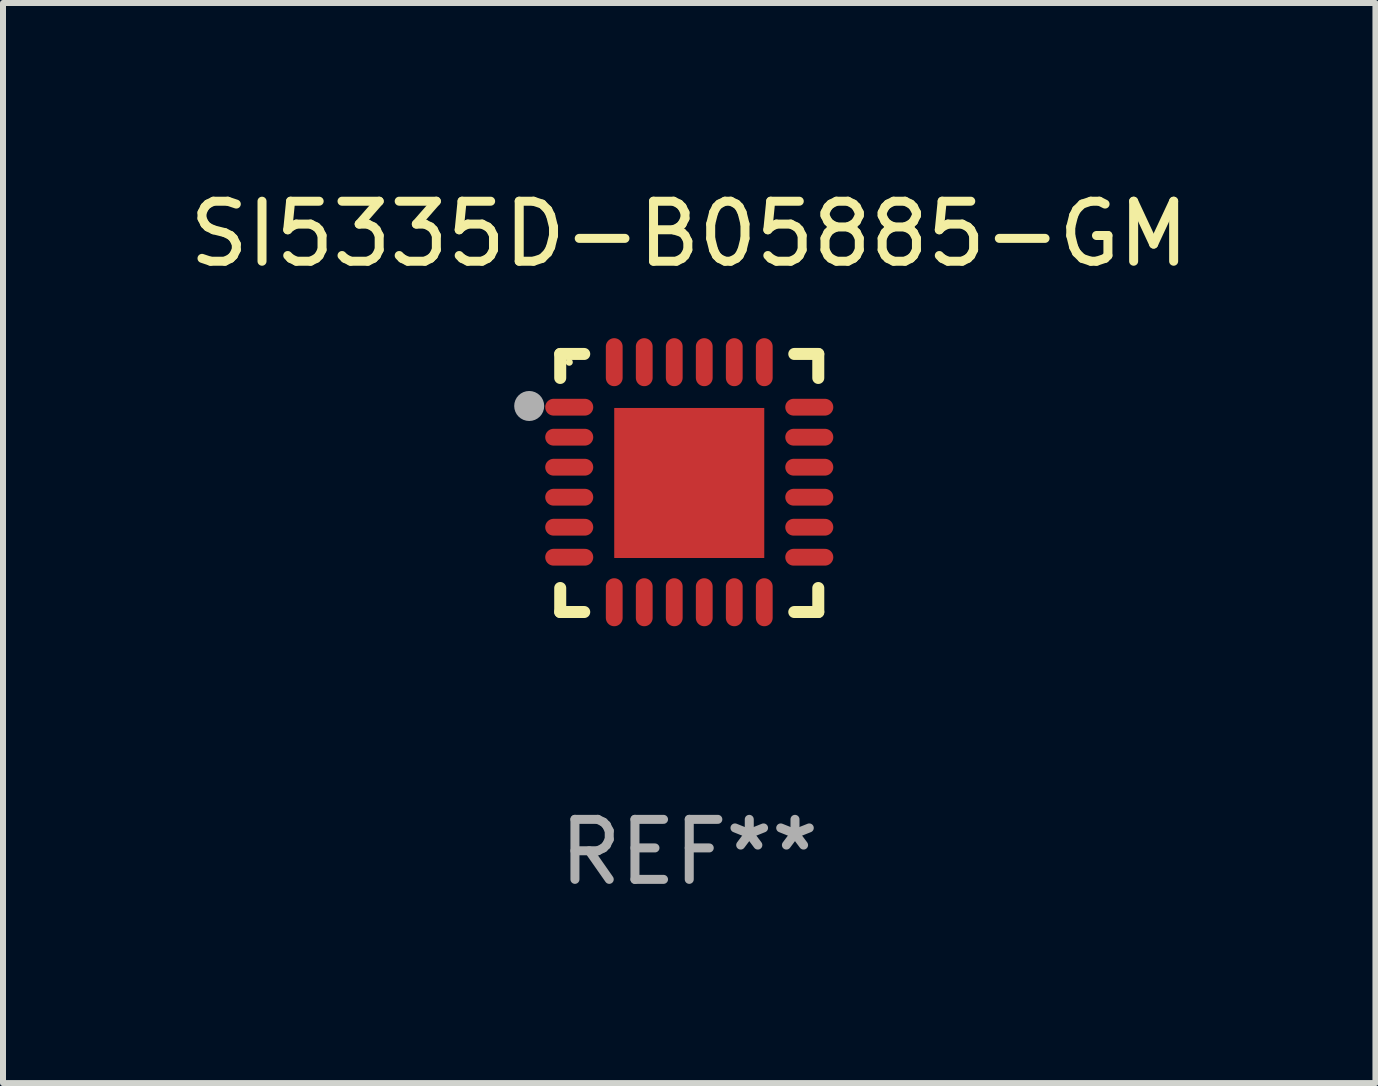
<source format=kicad_pcb>
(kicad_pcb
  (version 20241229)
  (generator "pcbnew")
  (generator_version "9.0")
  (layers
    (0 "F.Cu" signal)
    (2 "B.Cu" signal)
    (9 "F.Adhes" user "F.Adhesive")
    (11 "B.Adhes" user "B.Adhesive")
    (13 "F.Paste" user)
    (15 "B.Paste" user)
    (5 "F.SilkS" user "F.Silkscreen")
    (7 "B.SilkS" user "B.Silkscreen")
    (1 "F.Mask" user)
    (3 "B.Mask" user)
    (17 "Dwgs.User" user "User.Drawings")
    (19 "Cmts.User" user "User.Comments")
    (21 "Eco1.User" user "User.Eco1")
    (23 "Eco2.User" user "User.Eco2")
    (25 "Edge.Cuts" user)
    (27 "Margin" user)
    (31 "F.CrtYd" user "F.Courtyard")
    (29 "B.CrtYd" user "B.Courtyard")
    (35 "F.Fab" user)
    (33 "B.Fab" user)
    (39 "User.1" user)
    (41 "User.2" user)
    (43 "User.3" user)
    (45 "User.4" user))
  (footprint "SI5335D-B05885-GM"
    (layer "F.Cu")
    (at 8.435 4.998)
    (property "Reference" "SI5335D-B05885-GM" (at 0 -4.15 0) (layer "F.SilkS") (effects (font (size 1 1) (thickness 0.15))))
    (attr through_hole)
    (fp_line (start -2.15 -2.15) (end -1.75 -2.15) (stroke (width 0.2) (type solid)) (layer "F.SilkS"))
    (fp_line (start -2.15 -1.75) (end -2.15 -2.15) (stroke (width 0.2) (type solid)) (layer "F.SilkS"))
    (fp_line (start -2.15 2.15) (end -2.15 1.75) (stroke (width 0.2) (type solid)) (layer "F.SilkS"))
    (fp_line (start -1.75 2.15) (end -2.15 2.15) (stroke (width 0.2) (type solid)) (layer "F.SilkS"))
    (fp_line (start 1.75 -2.15) (end 2.15 -2.15) (stroke (width 0.2) (type solid)) (layer "F.SilkS"))
    (fp_line (start 1.75 2.15) (end 2.15 2.15) (stroke (width 0.2) (type solid)) (layer "F.SilkS"))
    (fp_line (start 2.15 -2.15) (end 2.15 -1.75) (stroke (width 0.2) (type solid)) (layer "F.SilkS"))
    (fp_line (start 2.15 2.15) (end 2.15 1.75) (stroke (width 0.2) (type solid)) (layer "F.SilkS"))
    (fp_circle (center -2 -2.013) (end -1.97 -2.013) (stroke (width 0.06) (type solid)) (fill no) (layer "F.SilkS"))
    (fp_circle (center -2.667 -1.283) (end -2.542 -1.283) (stroke (width 0.25) (type solid)) (fill no) (layer "F.Fab"))
    (fp_text user "REF**" (at 0 6.15 0) (layer "F.Fab") (effects (font (size 1 1) (thickness 0.15))))
    (pad "1" smd oval (at -2 -1.263) (size 0.8 0.28) (layers "F.Cu" "F.Mask" "F.Paste"))
    (pad "2" smd oval (at -2 -0.763) (size 0.8 0.28) (layers "F.Cu" "F.Mask" "F.Paste"))
    (pad "3" smd oval (at -2 -0.263) (size 0.8 0.28) (layers "F.Cu" "F.Mask" "F.Paste"))
    (pad "4" smd oval (at -2 0.237) (size 0.8 0.28) (layers "F.Cu" "F.Mask" "F.Paste"))
    (pad "5" smd oval (at -2 0.737) (size 0.8 0.28) (layers "F.Cu" "F.Mask" "F.Paste"))
    (pad "6" smd oval (at -2 1.237) (size 0.8 0.28) (layers "F.Cu" "F.Mask" "F.Paste"))
    (pad "7" smd oval (at -1.25 1.987) (size 0.28 0.8) (layers "F.Cu" "F.Mask" "F.Paste"))
    (pad "8" smd oval (at -0.75 1.987) (size 0.28 0.8) (layers "F.Cu" "F.Mask" "F.Paste"))
    (pad "9" smd oval (at -0.25 1.987) (size 0.28 0.8) (layers "F.Cu" "F.Mask" "F.Paste"))
    (pad "10" smd oval (at 0.25 1.987) (size 0.28 0.8) (layers "F.Cu" "F.Mask" "F.Paste"))
    (pad "11" smd oval (at 0.75 1.987) (size 0.28 0.8) (layers "F.Cu" "F.Mask" "F.Paste"))
    (pad "12" smd oval (at 1.25 1.987) (size 0.28 0.8) (layers "F.Cu" "F.Mask" "F.Paste"))
    (pad "13" smd oval (at 2 1.237) (size 0.8 0.28) (layers "F.Cu" "F.Mask" "F.Paste"))
    (pad "14" smd oval (at 2 0.737) (size 0.8 0.28) (layers "F.Cu" "F.Mask" "F.Paste"))
    (pad "15" smd oval (at 2 0.237) (size 0.8 0.28) (layers "F.Cu" "F.Mask" "F.Paste"))
    (pad "16" smd oval (at 2 -0.263) (size 0.8 0.28) (layers "F.Cu" "F.Mask" "F.Paste"))
    (pad "17" smd oval (at 2 -0.763) (size 0.8 0.28) (layers "F.Cu" "F.Mask" "F.Paste"))
    (pad "18" smd oval (at 2 -1.263) (size 0.8 0.28) (layers "F.Cu" "F.Mask" "F.Paste"))
    (pad "19" smd oval (at 1.25 -2.013) (size 0.28 0.8) (layers "F.Cu" "F.Mask" "F.Paste"))
    (pad "20" smd oval (at 0.75 -2.013) (size 0.28 0.8) (layers "F.Cu" "F.Mask" "F.Paste"))
    (pad "21" smd oval (at 0.25 -2.013) (size 0.28 0.8) (layers "F.Cu" "F.Mask" "F.Paste"))
    (pad "22" smd oval (at -0.25 -2.013) (size 0.28 0.8) (layers "F.Cu" "F.Mask" "F.Paste"))
    (pad "23" smd oval (at -0.75 -2.013) (size 0.28 0.8) (layers "F.Cu" "F.Mask" "F.Paste"))
    (pad "24" smd oval (at -1.25 -2.013) (size 0.28 0.8) (layers "F.Cu" "F.Mask" "F.Paste"))
    (pad "25" smd rect (at -0.000127 -0.00014) (size 2.5 2.5) (layers "F.Cu" "F.Mask" "F.Paste")))
  (gr_rect
    (start -3 -3)
    (end 19.869 14.997)
    (stroke (width 0.1) (type default))
    (fill no)
    (layer "Edge.Cuts")))
</source>
